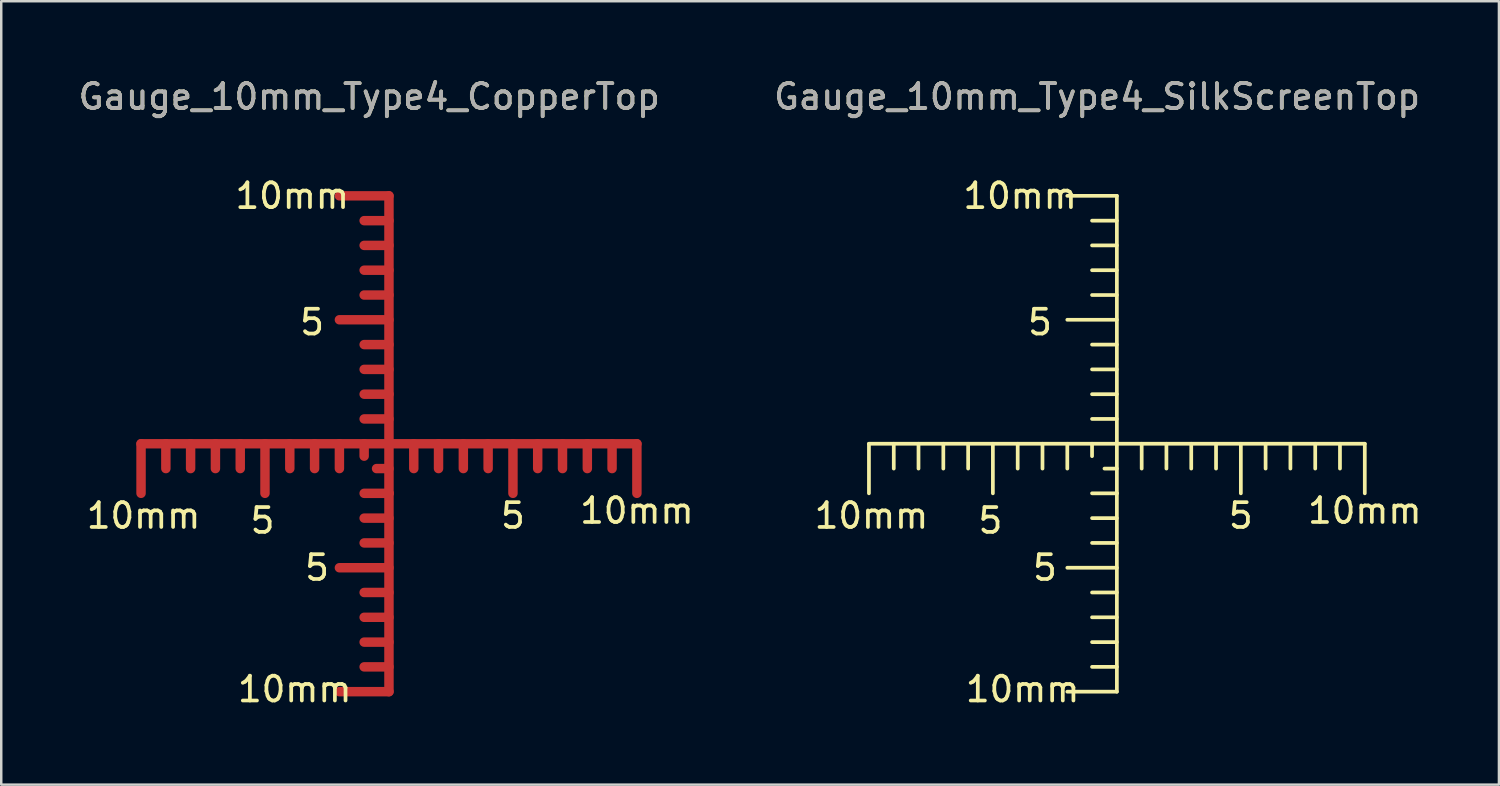
<source format=kicad_pcb>
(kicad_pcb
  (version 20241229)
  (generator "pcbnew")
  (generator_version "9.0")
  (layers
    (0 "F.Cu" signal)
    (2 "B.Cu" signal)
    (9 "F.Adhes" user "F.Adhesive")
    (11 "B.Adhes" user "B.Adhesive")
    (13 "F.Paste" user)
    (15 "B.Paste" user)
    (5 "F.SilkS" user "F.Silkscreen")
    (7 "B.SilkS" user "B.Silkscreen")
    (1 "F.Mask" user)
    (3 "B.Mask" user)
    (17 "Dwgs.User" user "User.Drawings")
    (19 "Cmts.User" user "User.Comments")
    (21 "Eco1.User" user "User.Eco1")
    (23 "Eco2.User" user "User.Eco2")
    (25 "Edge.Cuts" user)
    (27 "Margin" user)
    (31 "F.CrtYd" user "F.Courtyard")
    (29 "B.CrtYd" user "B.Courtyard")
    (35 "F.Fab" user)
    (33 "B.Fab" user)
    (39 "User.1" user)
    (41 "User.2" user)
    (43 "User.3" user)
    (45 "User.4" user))
  (footprint "Gauge_10mm_Type4_CopperTop"
    (layer "F.Cu")
    (at 12.639 14.849)
    (property "Reference" "Gauge_10mm_Type4_CopperTop" (at -0.8 -14 0) (layer "F.SilkS") (effects (font (size 1 1) (thickness 0.15))))
    (attr exclude_from_pos_files exclude_from_bom)
    (fp_line (start -10 0) (end -10 1.999) (stroke (width 0.381) (type solid)) (layer "F.Cu"))
    (fp_line (start -8.999 0) (end -8.999 1.001) (stroke (width 0.381) (type solid)) (layer "F.Cu"))
    (fp_line (start -8.001 0) (end -8.001 1.001) (stroke (width 0.381) (type solid)) (layer "F.Cu"))
    (fp_line (start -7 0) (end -7 1.001) (stroke (width 0.381) (type solid)) (layer "F.Cu"))
    (fp_line (start -5.999 0) (end -5.999 1.001) (stroke (width 0.381) (type solid)) (layer "F.Cu"))
    (fp_line (start -5.001 0) (end -5.001 1.999) (stroke (width 0.381) (type solid)) (layer "F.Cu"))
    (fp_line (start -4 0) (end -4 1.001) (stroke (width 0.381) (type solid)) (layer "F.Cu"))
    (fp_line (start -3 0) (end -3 1.001) (stroke (width 0.381) (type solid)) (layer "F.Cu"))
    (fp_line (start -1.999 0) (end -1.999 1.001) (stroke (width 0.381) (type solid)) (layer "F.Cu"))
    (fp_line (start -1.001 0) (end -1.001 0.5) (stroke (width 0.381) (type solid)) (layer "F.Cu"))
    (fp_line (start 0 -10) (end -1.999 -10) (stroke (width 0.381) (type solid)) (layer "F.Cu"))
    (fp_line (start 0 -8.999) (end -1.001 -8.999) (stroke (width 0.381) (type solid)) (layer "F.Cu"))
    (fp_line (start 0 -8.001) (end -1.001 -8.001) (stroke (width 0.381) (type solid)) (layer "F.Cu"))
    (fp_line (start 0 -7) (end -1.001 -7) (stroke (width 0.381) (type solid)) (layer "F.Cu"))
    (fp_line (start 0 -5.999) (end -1.001 -5.999) (stroke (width 0.381) (type solid)) (layer "F.Cu"))
    (fp_line (start 0 -5.001) (end -1.999 -5.001) (stroke (width 0.381) (type solid)) (layer "F.Cu"))
    (fp_line (start 0 -4) (end -1.001 -4) (stroke (width 0.381) (type solid)) (layer "F.Cu"))
    (fp_line (start 0 -3) (end -1.001 -3) (stroke (width 0.381) (type solid)) (layer "F.Cu"))
    (fp_line (start 0 -1.999) (end -1.001 -1.999) (stroke (width 0.381) (type solid)) (layer "F.Cu"))
    (fp_line (start 0 -1.001) (end -1.001 -1.001) (stroke (width 0.381) (type solid)) (layer "F.Cu"))
    (fp_line (start 0 0) (end -10 0) (stroke (width 0.381) (type solid)) (layer "F.Cu"))
    (fp_line (start 0 0) (end 0 -10) (stroke (width 0.381) (type solid)) (layer "F.Cu"))
    (fp_line (start 0 0) (end 0 1.999) (stroke (width 0.381) (type solid)) (layer "F.Cu"))
    (fp_line (start 0 0) (end 10 0) (stroke (width 0.381) (type solid)) (layer "F.Cu"))
    (fp_line (start 0 1.001) (end -0.5 1.001) (stroke (width 0.381) (type solid)) (layer "F.Cu"))
    (fp_line (start 0 1.999) (end -1.001 1.999) (stroke (width 0.381) (type solid)) (layer "F.Cu"))
    (fp_line (start 0 1.999) (end 0 10) (stroke (width 0.381) (type solid)) (layer "F.Cu"))
    (fp_line (start 0 3) (end -1.001 3) (stroke (width 0.381) (type solid)) (layer "F.Cu"))
    (fp_line (start 0 4) (end -1.001 4) (stroke (width 0.381) (type solid)) (layer "F.Cu"))
    (fp_line (start 0 5.001) (end -1.999 5.001) (stroke (width 0.381) (type solid)) (layer "F.Cu"))
    (fp_line (start 0 5.999) (end -1.001 5.999) (stroke (width 0.381) (type solid)) (layer "F.Cu"))
    (fp_line (start 0 7) (end -1.001 7) (stroke (width 0.381) (type solid)) (layer "F.Cu"))
    (fp_line (start 0 8.001) (end -1.001 8.001) (stroke (width 0.381) (type solid)) (layer "F.Cu"))
    (fp_line (start 0 8.999) (end -1.001 8.999) (stroke (width 0.381) (type solid)) (layer "F.Cu"))
    (fp_line (start 0 10) (end -1.999 10) (stroke (width 0.381) (type solid)) (layer "F.Cu"))
    (fp_line (start 1.001 0) (end 1.001 1.001) (stroke (width 0.381) (type solid)) (layer "F.Cu"))
    (fp_line (start 1.999 0) (end 1.999 1.001) (stroke (width 0.381) (type solid)) (layer "F.Cu"))
    (fp_line (start 3 0) (end 3 1.001) (stroke (width 0.381) (type solid)) (layer "F.Cu"))
    (fp_line (start 4 0) (end 4 1.001) (stroke (width 0.381) (type solid)) (layer "F.Cu"))
    (fp_line (start 5.001 0) (end 5.001 1.999) (stroke (width 0.381) (type solid)) (layer "F.Cu"))
    (fp_line (start 5.999 0) (end 5.999 1.001) (stroke (width 0.381) (type solid)) (layer "F.Cu"))
    (fp_line (start 7 0) (end 7 1.001) (stroke (width 0.381) (type solid)) (layer "F.Cu"))
    (fp_line (start 8.001 0) (end 8.001 1.001) (stroke (width 0.381) (type solid)) (layer "F.Cu"))
    (fp_line (start 8.999 0) (end 8.999 1.001) (stroke (width 0.381) (type solid)) (layer "F.Cu"))
    (fp_line (start 10 0) (end 10 1.999) (stroke (width 0.381) (type solid)) (layer "F.Cu"))
    (fp_text user "10mm" (at 10 2.7 0) (layer "F.SilkS") (effects (font (size 1 1) (thickness 0.15))))
    (fp_text user "5" (at 4.999 2.901 0) (layer "F.SilkS") (effects (font (size 1 1) (thickness 0.15))))
    (fp_text user "5" (at -5.1 3.099 0) (layer "F.SilkS") (effects (font (size 1 1) (thickness 0.15))))
    (fp_text user "10mm" (at -3.901 -10 0) (layer "F.SilkS") (effects (font (size 1 1) (thickness 0.15))))
    (fp_text user "5" (at -3.101 -4.9 0) (layer "F.SilkS") (effects (font (size 1 1) (thickness 0.15))))
    (fp_text user "10mm" (at -3.8 9.901 0) (layer "F.SilkS") (effects (font (size 1 1) (thickness 0.15))))
    (fp_text user "10mm" (at -9.898 2.901 0) (layer "F.SilkS") (effects (font (size 1 1) (thickness 0.15))))
    (fp_text user "5" (at -2.901 4.999 0) (layer "F.SilkS") (effects (font (size 1 1) (thickness 0.15))))
    (fp_text user "${REFERENCE}" (at -0.8 -14 0) (layer "F.Fab") (effects (font (size 1 1) (thickness 0.15)))))
  (footprint "Gauge_10mm_Type4_SilkScreenTop"
    (layer "F.Cu")
    (at 41.999 14.849)
    (property "Reference" "Gauge_10mm_Type4_SilkScreenTop" (at -0.8 -14 0) (layer "F.SilkS") (effects (font (size 1 1) (thickness 0.15))))
    (attr exclude_from_pos_files exclude_from_bom)
    (fp_line (start -10 0) (end -10 1.999) (stroke (width 0.15) (type solid)) (layer "F.SilkS"))
    (fp_line (start -8.999 0) (end -8.999 1.001) (stroke (width 0.15) (type solid)) (layer "F.SilkS"))
    (fp_line (start -8.001 0) (end -8.001 1.001) (stroke (width 0.15) (type solid)) (layer "F.SilkS"))
    (fp_line (start -7 0) (end -7 1.001) (stroke (width 0.15) (type solid)) (layer "F.SilkS"))
    (fp_line (start -5.999 0) (end -5.999 1.001) (stroke (width 0.15) (type solid)) (layer "F.SilkS"))
    (fp_line (start -5.001 0) (end -5.001 1.999) (stroke (width 0.15) (type solid)) (layer "F.SilkS"))
    (fp_line (start -4 0) (end -4 1.001) (stroke (width 0.15) (type solid)) (layer "F.SilkS"))
    (fp_line (start -3 0) (end -3 1.001) (stroke (width 0.15) (type solid)) (layer "F.SilkS"))
    (fp_line (start -1.999 0) (end -1.999 1.001) (stroke (width 0.15) (type solid)) (layer "F.SilkS"))
    (fp_line (start -1.001 0) (end -1.001 0.5) (stroke (width 0.15) (type solid)) (layer "F.SilkS"))
    (fp_line (start 0 -10) (end -1.999 -10) (stroke (width 0.15) (type solid)) (layer "F.SilkS"))
    (fp_line (start 0 -8.999) (end -1.001 -8.999) (stroke (width 0.15) (type solid)) (layer "F.SilkS"))
    (fp_line (start 0 -8.001) (end -1.001 -8.001) (stroke (width 0.15) (type solid)) (layer "F.SilkS"))
    (fp_line (start 0 -7) (end -1.001 -7) (stroke (width 0.15) (type solid)) (layer "F.SilkS"))
    (fp_line (start 0 -5.999) (end -1.001 -5.999) (stroke (width 0.15) (type solid)) (layer "F.SilkS"))
    (fp_line (start 0 -5.001) (end -1.999 -5.001) (stroke (width 0.15) (type solid)) (layer "F.SilkS"))
    (fp_line (start 0 -4) (end -1.001 -4) (stroke (width 0.15) (type solid)) (layer "F.SilkS"))
    (fp_line (start 0 -3) (end -1.001 -3) (stroke (width 0.15) (type solid)) (layer "F.SilkS"))
    (fp_line (start 0 -1.999) (end -1.001 -1.999) (stroke (width 0.15) (type solid)) (layer "F.SilkS"))
    (fp_line (start 0 -1.001) (end -1.001 -1.001) (stroke (width 0.15) (type solid)) (layer "F.SilkS"))
    (fp_line (start 0 0) (end -10 0) (stroke (width 0.15) (type solid)) (layer "F.SilkS"))
    (fp_line (start 0 0) (end 0 -10) (stroke (width 0.15) (type solid)) (layer "F.SilkS"))
    (fp_line (start 0 0) (end 0 1.999) (stroke (width 0.15) (type solid)) (layer "F.SilkS"))
    (fp_line (start 0 0) (end 10 0) (stroke (width 0.15) (type solid)) (layer "F.SilkS"))
    (fp_line (start 0 1.001) (end -0.5 1.001) (stroke (width 0.15) (type solid)) (layer "F.SilkS"))
    (fp_line (start 0 1.999) (end -1.001 1.999) (stroke (width 0.15) (type solid)) (layer "F.SilkS"))
    (fp_line (start 0 1.999) (end 0 10) (stroke (width 0.15) (type solid)) (layer "F.SilkS"))
    (fp_line (start 0 3) (end -1.001 3) (stroke (width 0.15) (type solid)) (layer "F.SilkS"))
    (fp_line (start 0 4) (end -1.001 4) (stroke (width 0.15) (type solid)) (layer "F.SilkS"))
    (fp_line (start 0 5.001) (end -1.999 5.001) (stroke (width 0.15) (type solid)) (layer "F.SilkS"))
    (fp_line (start 0 5.999) (end -1.001 5.999) (stroke (width 0.15) (type solid)) (layer "F.SilkS"))
    (fp_line (start 0 7) (end -1.001 7) (stroke (width 0.15) (type solid)) (layer "F.SilkS"))
    (fp_line (start 0 8.001) (end -1.001 8.001) (stroke (width 0.15) (type solid)) (layer "F.SilkS"))
    (fp_line (start 0 8.999) (end -1.001 8.999) (stroke (width 0.15) (type solid)) (layer "F.SilkS"))
    (fp_line (start 0 10) (end -1.999 10) (stroke (width 0.15) (type solid)) (layer "F.SilkS"))
    (fp_line (start 1.001 0) (end 1.001 1.001) (stroke (width 0.15) (type solid)) (layer "F.SilkS"))
    (fp_line (start 1.999 0) (end 1.999 1.001) (stroke (width 0.15) (type solid)) (layer "F.SilkS"))
    (fp_line (start 3 0) (end 3 1.001) (stroke (width 0.15) (type solid)) (layer "F.SilkS"))
    (fp_line (start 4 0) (end 4 1.001) (stroke (width 0.15) (type solid)) (layer "F.SilkS"))
    (fp_line (start 5.001 0) (end 5.001 1.999) (stroke (width 0.15) (type solid)) (layer "F.SilkS"))
    (fp_line (start 5.999 0) (end 5.999 1.001) (stroke (width 0.15) (type solid)) (layer "F.SilkS"))
    (fp_line (start 7 0) (end 7 1.001) (stroke (width 0.15) (type solid)) (layer "F.SilkS"))
    (fp_line (start 8.001 0) (end 8.001 1.001) (stroke (width 0.15) (type solid)) (layer "F.SilkS"))
    (fp_line (start 8.999 0) (end 8.999 1.001) (stroke (width 0.15) (type solid)) (layer "F.SilkS"))
    (fp_line (start 10 0) (end 10 1.999) (stroke (width 0.15) (type solid)) (layer "F.SilkS"))
    (fp_text user "5" (at -2.901 4.999 0) (layer "F.SilkS") (effects (font (size 1 1) (thickness 0.15))))
    (fp_text user "10mm" (at -3.8 9.901 0) (layer "F.SilkS") (effects (font (size 1 1) (thickness 0.15))))
    (fp_text user "10mm" (at -9.898 2.901 0) (layer "F.SilkS") (effects (font (size 1 1) (thickness 0.15))))
    (fp_text user "10mm" (at -3.901 -10 0) (layer "F.SilkS") (effects (font (size 1 1) (thickness 0.15))))
    (fp_text user "5" (at 4.999 2.901 0) (layer "F.SilkS") (effects (font (size 1 1) (thickness 0.15))))
    (fp_text user "10mm" (at 10 2.7 0) (layer "F.SilkS") (effects (font (size 1 1) (thickness 0.15))))
    (fp_text user "5" (at -3.101 -4.9 0) (layer "F.SilkS") (effects (font (size 1 1) (thickness 0.15))))
    (fp_text user "5" (at -5.1 3.099 0) (layer "F.SilkS") (effects (font (size 1 1) (thickness 0.15))))
    (fp_text user "${REFERENCE}" (at -0.8 -14 0) (layer "F.Fab") (effects (font (size 1 1) (thickness 0.15)))))
  (gr_rect
    (start -3 -3)
    (end 57.41 28.598)
    (stroke (width 0.1) (type default))
    (fill no)
    (layer "Edge.Cuts")))
</source>
